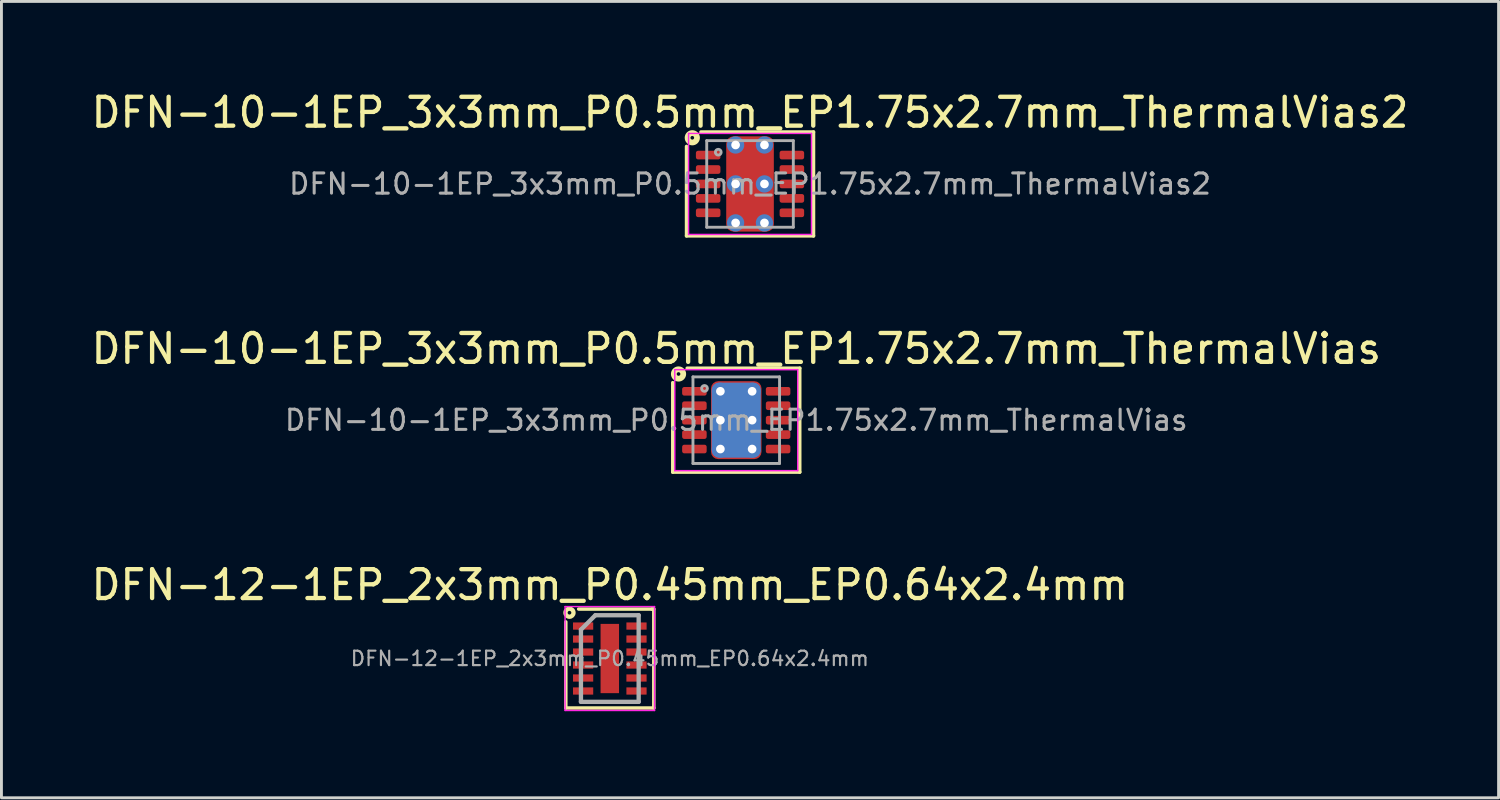
<source format=kicad_pcb>
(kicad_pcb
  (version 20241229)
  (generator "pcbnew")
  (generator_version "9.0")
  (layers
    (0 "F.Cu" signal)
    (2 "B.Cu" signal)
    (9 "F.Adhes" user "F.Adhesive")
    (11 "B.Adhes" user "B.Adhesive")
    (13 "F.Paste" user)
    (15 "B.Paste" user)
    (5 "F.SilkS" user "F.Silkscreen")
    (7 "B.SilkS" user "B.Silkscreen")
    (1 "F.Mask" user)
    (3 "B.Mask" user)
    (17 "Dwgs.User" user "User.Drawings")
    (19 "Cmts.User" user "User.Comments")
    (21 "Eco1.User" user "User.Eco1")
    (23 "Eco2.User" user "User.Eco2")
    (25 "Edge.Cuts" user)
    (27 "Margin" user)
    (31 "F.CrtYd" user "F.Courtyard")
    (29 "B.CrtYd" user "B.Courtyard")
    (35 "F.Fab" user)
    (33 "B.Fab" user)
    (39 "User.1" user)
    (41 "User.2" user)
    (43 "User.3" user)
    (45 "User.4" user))
  (footprint "DFN-10-1EP_3x3mm_P0.5mm_EP1.75x2.7mm_ThermalVias2"
    (layer "F.Cu")
    (at 22.935 3.323)
    (property "Reference" "DFN-10-1EP_3x3mm_P0.5mm_EP1.75x2.7mm_ThermalVias2" (at 0 -2.475 0) (layer "F.SilkS") (effects (font (size 1 1) (thickness 0.15))))
    (attr smd)
    (fp_line (start -2.2 1.8) (end -2.2 -1.3) (stroke (width 0.12) (type solid)) (layer "F.SilkS"))
    (fp_line (start -1.7 -1.8) (end 2.2 -1.8) (stroke (width 0.12) (type solid)) (layer "F.SilkS"))
    (fp_line (start 2.2 -1.8) (end 2.2 1.8) (stroke (width 0.12) (type solid)) (layer "F.SilkS"))
    (fp_line (start 2.2 1.8) (end -2.2 1.8) (stroke (width 0.12) (type solid)) (layer "F.SilkS"))
    (fp_circle (center -2 -1.6) (end -1.937 -1.6) (stroke (width 0.2) (type solid)) (fill no) (layer "F.SilkS"))
    (fp_line (start -2.13 -1.75) (end -2.13 1.75) (stroke (width 0.05) (type solid)) (layer "F.CrtYd"))
    (fp_line (start -2.13 -1.75) (end 2.13 -1.75) (stroke (width 0.05) (type solid)) (layer "F.CrtYd"))
    (fp_line (start -2.13 1.75) (end 2.13 1.75) (stroke (width 0.05) (type solid)) (layer "F.CrtYd"))
    (fp_line (start 2.13 -1.75) (end 2.13 1.75) (stroke (width 0.05) (type solid)) (layer "F.CrtYd"))
    (fp_line (start -1.5 -1.5) (end 1.5 -1.5) (stroke (width 0.1) (type solid)) (layer "F.Fab"))
    (fp_line (start -1.5 1.5) (end -1.5 -1.5) (stroke (width 0.1) (type solid)) (layer "F.Fab"))
    (fp_line (start 1.5 -1.5) (end 1.5 1.5) (stroke (width 0.1) (type solid)) (layer "F.Fab"))
    (fp_line (start 1.5 1.5) (end -1.5 1.5) (stroke (width 0.1) (type solid)) (layer "F.Fab"))
    (fp_circle (center -1.1 -1.1) (end -1 -1.1) (stroke (width 0.1) (type solid)) (fill no) (layer "F.Fab"))
    (fp_text user "${REFERENCE}" (at 0 0 0) (layer "F.Fab") (effects (font (size 0.7 0.7) (thickness 0.105))))
    (pad "" smd roundrect (at -0.35 -0.675) (size 0.5 0.55) (layers "F.Paste") (roundrect_rratio 0.25))
    (pad "" smd roundrect (at -0.35 0.675) (size 0.5 0.55) (layers "F.Paste") (roundrect_rratio 0.25))
    (pad "" smd roundrect (at 0 -0.675) (size 1.45 0.75) (layers "F.Mask") (roundrect_rratio 0.25))
    (pad "" smd roundrect (at 0 0.675) (size 1.45 0.75) (layers "F.Mask") (roundrect_rratio 0.25))
    (pad "" smd roundrect (at 0.35 -0.675) (size 0.5 0.55) (layers "F.Paste") (roundrect_rratio 0.25))
    (pad "" smd roundrect (at 0.35 0.675) (size 0.5 0.55) (layers "F.Paste") (roundrect_rratio 0.25))
    (pad "1" smd roundrect (at -1.45 -1) (size 0.85 0.3) (layers "F.Cu" "F.Mask" "F.Paste") (roundrect_rratio 0.25))
    (pad "2" smd roundrect (at -1.45 -0.5) (size 0.85 0.3) (layers "F.Cu" "F.Mask" "F.Paste") (roundrect_rratio 0.25))
    (pad "3" smd roundrect (at -1.45 0) (size 0.85 0.3) (layers "F.Cu" "F.Mask" "F.Paste") (roundrect_rratio 0.25))
    (pad "4" smd roundrect (at -1.45 0.5) (size 0.85 0.3) (layers "F.Cu" "F.Mask" "F.Paste") (roundrect_rratio 0.25))
    (pad "5" smd roundrect (at -1.45 1) (size 0.85 0.3) (layers "F.Cu" "F.Mask" "F.Paste") (roundrect_rratio 0.25))
    (pad "6" smd roundrect (at 1.45 1) (size 0.85 0.3) (layers "F.Cu" "F.Mask" "F.Paste") (roundrect_rratio 0.25))
    (pad "7" smd roundrect (at 1.45 0.5) (size 0.85 0.3) (layers "F.Cu" "F.Mask" "F.Paste") (roundrect_rratio 0.25))
    (pad "8" smd roundrect (at 1.45 0) (size 0.85 0.3) (layers "F.Cu" "F.Mask" "F.Paste") (roundrect_rratio 0.25))
    (pad "9" smd roundrect (at 1.45 -0.5) (size 0.85 0.3) (layers "F.Cu" "F.Mask" "F.Paste") (roundrect_rratio 0.25))
    (pad "10" smd roundrect (at 1.45 -1) (size 0.85 0.3) (layers "F.Cu" "F.Mask" "F.Paste") (roundrect_rratio 0.25))
    (pad "11" thru_hole circle (at -0.5 -1.35) (size 0.6 0.6) (drill 0.3) (property pad_prop_heatsink) (layers "*.Cu" "*.Mask"))
    (pad "11" thru_hole circle (at -0.5 0) (size 0.6 0.6) (drill 0.3) (property pad_prop_heatsink) (layers "*.Cu" "*.Mask"))
    (pad "11" thru_hole circle (at -0.5 1.35) (size 0.6 0.6) (drill 0.3) (property pad_prop_heatsink) (layers "*.Cu" "*.Mask"))
    (pad "11" smd roundrect (at 0 0) (size 1.65 3.3) (layers "F.Cu") (roundrect_rratio 0.152))
    (pad "11" thru_hole circle (at 0.5 -1.35) (size 0.6 0.6) (drill 0.3) (property pad_prop_heatsink) (layers "*.Cu" "*.Mask"))
    (pad "11" thru_hole circle (at 0.5 0) (size 0.6 0.6) (drill 0.3) (property pad_prop_heatsink) (layers "*.Cu" "*.Mask"))
    (pad "11" thru_hole circle (at 0.5 1.35) (size 0.6 0.6) (drill 0.3) (property pad_prop_heatsink) (layers "*.Cu" "*.Mask")))
  (footprint "DFN-10-1EP_3x3mm_P0.5mm_EP1.75x2.7mm_ThermalVias"
    (layer "F.Cu")
    (at 22.458 11.507)
    (property "Reference" "DFN-10-1EP_3x3mm_P0.5mm_EP1.75x2.7mm_ThermalVias" (at 0 -2.475 0) (layer "F.SilkS") (effects (font (size 1 1) (thickness 0.15))))
    (attr smd)
    (fp_line (start -2.2 1.8) (end -2.2 -1.3) (stroke (width 0.12) (type solid)) (layer "F.SilkS"))
    (fp_line (start -1.7 -1.8) (end 2.2 -1.8) (stroke (width 0.12) (type solid)) (layer "F.SilkS"))
    (fp_line (start 2.2 -1.8) (end 2.2 1.8) (stroke (width 0.12) (type solid)) (layer "F.SilkS"))
    (fp_line (start 2.2 1.8) (end -2.2 1.8) (stroke (width 0.12) (type solid)) (layer "F.SilkS"))
    (fp_circle (center -2 -1.6) (end -1.937 -1.6) (stroke (width 0.2) (type solid)) (fill no) (layer "F.SilkS"))
    (fp_line (start -2.13 -1.75) (end -2.13 1.75) (stroke (width 0.05) (type solid)) (layer "F.CrtYd"))
    (fp_line (start -2.13 -1.75) (end 2.13 -1.75) (stroke (width 0.05) (type solid)) (layer "F.CrtYd"))
    (fp_line (start -2.13 1.75) (end 2.13 1.75) (stroke (width 0.05) (type solid)) (layer "F.CrtYd"))
    (fp_line (start 2.13 -1.75) (end 2.13 1.75) (stroke (width 0.05) (type solid)) (layer "F.CrtYd"))
    (fp_line (start -1.5 -1.5) (end 1.5 -1.5) (stroke (width 0.1) (type solid)) (layer "F.Fab"))
    (fp_line (start -1.5 1.5) (end -1.5 -1.5) (stroke (width 0.1) (type solid)) (layer "F.Fab"))
    (fp_line (start 1.5 -1.5) (end 1.5 1.5) (stroke (width 0.1) (type solid)) (layer "F.Fab"))
    (fp_line (start 1.5 1.5) (end -1.5 1.5) (stroke (width 0.1) (type solid)) (layer "F.Fab"))
    (fp_circle (center -1.1 -1.1) (end -1 -1.1) (stroke (width 0.1) (type solid)) (fill no) (layer "F.Fab"))
    (fp_text user "${REFERENCE}" (at 0 0 0) (layer "F.Fab") (effects (font (size 0.7 0.7) (thickness 0.105))))
    (pad "" smd roundrect (at -0.45 -0.55) (size 0.7 0.8) (layers "F.Paste") (roundrect_rratio 0.25))
    (pad "" smd roundrect (at -0.45 0.55) (size 0.7 0.8) (layers "F.Paste") (roundrect_rratio 0.25))
    (pad "" smd roundrect (at 0.45 -0.55) (size 0.7 0.8) (layers "F.Paste") (roundrect_rratio 0.25))
    (pad "" smd roundrect (at 0.45 0.55) (size 0.7 0.8) (layers "F.Paste") (roundrect_rratio 0.25))
    (pad "1" smd roundrect (at -1.45 -1) (size 0.85 0.3) (layers "F.Cu" "F.Mask" "F.Paste") (roundrect_rratio 0.25))
    (pad "2" smd roundrect (at -1.45 -0.5) (size 0.85 0.3) (layers "F.Cu" "F.Mask" "F.Paste") (roundrect_rratio 0.25))
    (pad "3" smd roundrect (at -1.45 0) (size 0.85 0.3) (layers "F.Cu" "F.Mask" "F.Paste") (roundrect_rratio 0.25))
    (pad "4" smd roundrect (at -1.45 0.5) (size 0.85 0.3) (layers "F.Cu" "F.Mask" "F.Paste") (roundrect_rratio 0.25))
    (pad "5" smd roundrect (at -1.45 1) (size 0.85 0.3) (layers "F.Cu" "F.Mask" "F.Paste") (roundrect_rratio 0.25))
    (pad "6" smd roundrect (at 1.45 1) (size 0.85 0.3) (layers "F.Cu" "F.Mask" "F.Paste") (roundrect_rratio 0.25))
    (pad "7" smd roundrect (at 1.45 0.5) (size 0.85 0.3) (layers "F.Cu" "F.Mask" "F.Paste") (roundrect_rratio 0.25))
    (pad "8" smd roundrect (at 1.45 0) (size 0.85 0.3) (layers "F.Cu" "F.Mask" "F.Paste") (roundrect_rratio 0.25))
    (pad "9" smd roundrect (at 1.45 -0.5) (size 0.85 0.3) (layers "F.Cu" "F.Mask" "F.Paste") (roundrect_rratio 0.25))
    (pad "10" smd roundrect (at 1.45 -1) (size 0.85 0.3) (layers "F.Cu" "F.Mask" "F.Paste") (roundrect_rratio 0.25))
    (pad "11" thru_hole circle (at -0.55 -1) (size 0.6 0.6) (drill 0.3) (property pad_prop_heatsink) (layers "*.Cu"))
    (pad "11" thru_hole circle (at -0.55 0) (size 0.6 0.6) (drill 0.3) (property pad_prop_heatsink) (layers "*.Cu"))
    (pad "11" thru_hole circle (at -0.55 1) (size 0.6 0.6) (drill 0.3) (property pad_prop_heatsink) (layers "*.Cu"))
    (pad "11" smd roundrect (at 0 0) (size 1.7 2.6) (layers "B.Cu" "B.Mask") (roundrect_rratio 0.147))
    (pad "11" smd roundrect (at 0 0) (size 1.75 2.7) (layers "F.Cu" "F.Mask") (roundrect_rratio 0.143))
    (pad "11" thru_hole circle (at 0.55 -1) (size 0.6 0.6) (drill 0.3) (property pad_prop_heatsink) (layers "*.Cu"))
    (pad "11" thru_hole circle (at 0.55 0) (size 0.6 0.6) (drill 0.3) (property pad_prop_heatsink) (layers "*.Cu"))
    (pad "11" thru_hole circle (at 0.55 1) (size 0.6 0.6) (drill 0.3) (property pad_prop_heatsink) (layers "*.Cu")))
  (footprint "DFN-12-1EP_2x3mm_P0.45mm_EP0.64x2.4mm"
    (layer "F.Cu")
    (at 18.077 19.765)
    (property "Reference" "DFN-12-1EP_2x3mm_P0.45mm_EP0.64x2.4mm" (at 0 -2.55 0) (layer "F.SilkS") (effects (font (size 1 1) (thickness 0.15))))
    (attr smd)
    (fp_line (start -1.524 1.714) (end -1.524 -1.27) (stroke (width 0.12) (type solid)) (layer "F.SilkS"))
    (fp_line (start -1.079 -1.714) (end 1.46 -1.714) (stroke (width 0.12) (type solid)) (layer "F.SilkS"))
    (fp_line (start 1.46 -1.714) (end 1.524 -1.714) (stroke (width 0.12) (type solid)) (layer "F.SilkS"))
    (fp_line (start 1.524 -1.714) (end 1.524 1.714) (stroke (width 0.12) (type solid)) (layer "F.SilkS"))
    (fp_line (start 1.524 1.714) (end -1.524 1.714) (stroke (width 0.12) (type solid)) (layer "F.SilkS"))
    (fp_circle (center -1.397 -1.587) (end -1.333 -1.587) (stroke (width 0.15) (type solid)) (fill no) (layer "F.SilkS"))
    (fp_line (start -1.55 -1.8) (end -1.55 1.8) (stroke (width 0.05) (type solid)) (layer "F.CrtYd"))
    (fp_line (start -1.55 -1.8) (end 1.55 -1.8) (stroke (width 0.05) (type solid)) (layer "F.CrtYd"))
    (fp_line (start -1.55 1.8) (end 1.55 1.8) (stroke (width 0.05) (type solid)) (layer "F.CrtYd"))
    (fp_line (start 1.55 -1.8) (end 1.55 1.8) (stroke (width 0.05) (type solid)) (layer "F.CrtYd"))
    (fp_line (start -1 -1) (end -0.5 -1.5) (stroke (width 0.15) (type solid)) (layer "F.Fab"))
    (fp_line (start -1 1.5) (end -1 -1) (stroke (width 0.15) (type solid)) (layer "F.Fab"))
    (fp_line (start -0.5 -1.5) (end 1 -1.5) (stroke (width 0.15) (type solid)) (layer "F.Fab"))
    (fp_line (start 1 -1.5) (end 1 1.5) (stroke (width 0.15) (type solid)) (layer "F.Fab"))
    (fp_line (start 1 1.5) (end -1 1.5) (stroke (width 0.15) (type solid)) (layer "F.Fab"))
    (fp_text user "${REFERENCE}" (at 0 0 0) (layer "F.Fab") (effects (font (size 0.5 0.5) (thickness 0.075))))
    (pad "" smd rect (at 0 -0.6) (size 0.5 1) (layers "F.Paste"))
    (pad "" smd rect (at 0 0.6) (size 0.5 1) (layers "F.Paste"))
    (pad "1" smd rect (at -0.925 -1.125) (size 0.7 0.25) (layers "F.Cu" "F.Mask" "F.Paste"))
    (pad "2" smd rect (at -0.925 -0.675) (size 0.7 0.25) (layers "F.Cu" "F.Mask" "F.Paste"))
    (pad "3" smd rect (at -0.925 -0.225) (size 0.7 0.25) (layers "F.Cu" "F.Mask" "F.Paste"))
    (pad "4" smd rect (at -0.925 0.225) (size 0.7 0.25) (layers "F.Cu" "F.Mask" "F.Paste"))
    (pad "5" smd rect (at -0.925 0.675) (size 0.7 0.25) (layers "F.Cu" "F.Mask" "F.Paste"))
    (pad "6" smd rect (at -0.925 1.125) (size 0.7 0.25) (layers "F.Cu" "F.Mask" "F.Paste"))
    (pad "7" smd rect (at 0.925 1.125) (size 0.7 0.25) (layers "F.Cu" "F.Mask" "F.Paste"))
    (pad "8" smd rect (at 0.925 0.675) (size 0.7 0.25) (layers "F.Cu" "F.Mask" "F.Paste"))
    (pad "9" smd rect (at 0.925 0.225) (size 0.7 0.25) (layers "F.Cu" "F.Mask" "F.Paste"))
    (pad "10" smd rect (at 0.925 -0.225) (size 0.7 0.25) (layers "F.Cu" "F.Mask" "F.Paste"))
    (pad "11" smd rect (at 0.925 -0.675) (size 0.7 0.25) (layers "F.Cu" "F.Mask" "F.Paste"))
    (pad "12" smd rect (at 0.925 -1.125) (size 0.7 0.25) (layers "F.Cu" "F.Mask" "F.Paste"))
    (pad "13" smd rect (at 0 0) (size 0.64 2.4) (layers "F.Cu" "F.Mask")))
  (gr_rect
    (start -3 -3)
    (end 48.869 24.59)
    (stroke (width 0.1) (type default))
    (fill no)
    (layer "Edge.Cuts")))
</source>
